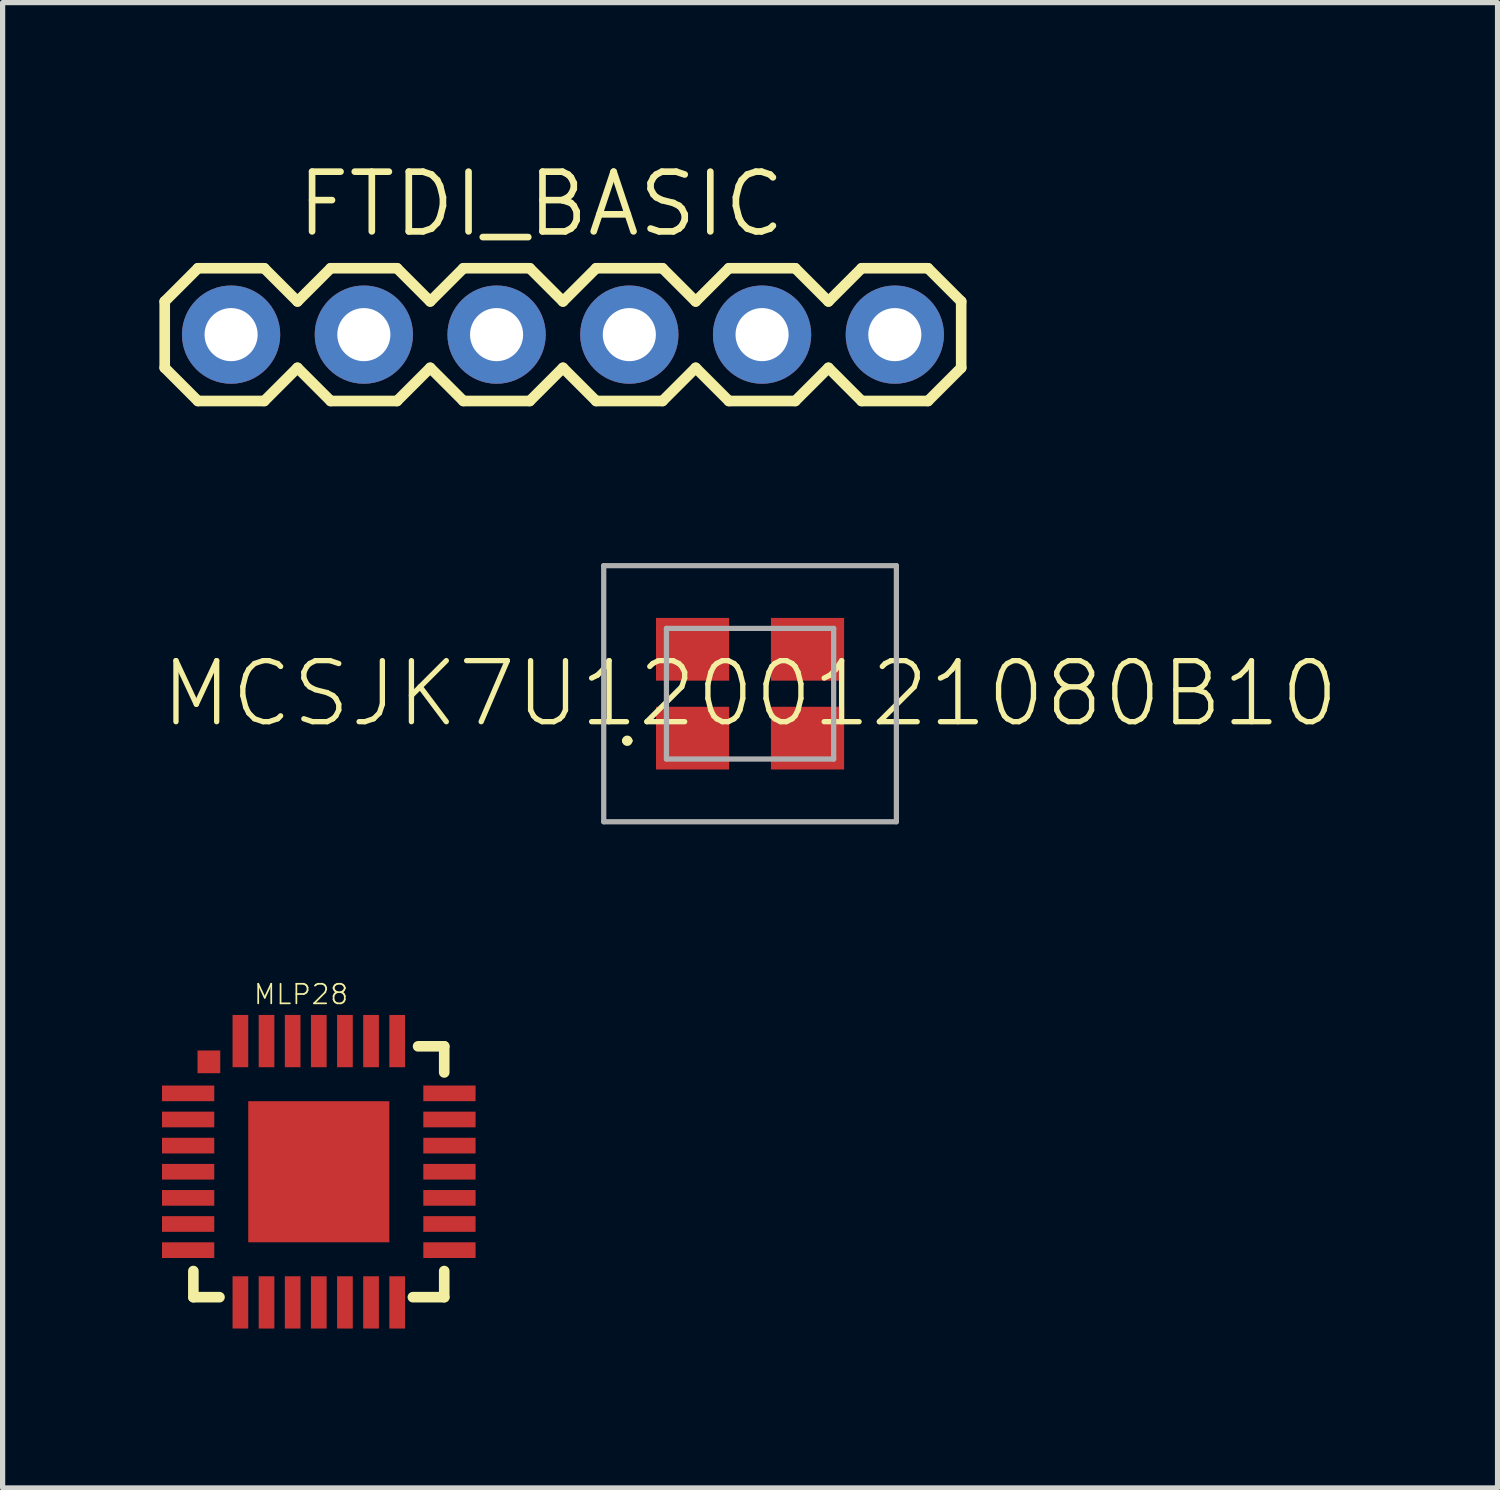
<source format=kicad_pcb>
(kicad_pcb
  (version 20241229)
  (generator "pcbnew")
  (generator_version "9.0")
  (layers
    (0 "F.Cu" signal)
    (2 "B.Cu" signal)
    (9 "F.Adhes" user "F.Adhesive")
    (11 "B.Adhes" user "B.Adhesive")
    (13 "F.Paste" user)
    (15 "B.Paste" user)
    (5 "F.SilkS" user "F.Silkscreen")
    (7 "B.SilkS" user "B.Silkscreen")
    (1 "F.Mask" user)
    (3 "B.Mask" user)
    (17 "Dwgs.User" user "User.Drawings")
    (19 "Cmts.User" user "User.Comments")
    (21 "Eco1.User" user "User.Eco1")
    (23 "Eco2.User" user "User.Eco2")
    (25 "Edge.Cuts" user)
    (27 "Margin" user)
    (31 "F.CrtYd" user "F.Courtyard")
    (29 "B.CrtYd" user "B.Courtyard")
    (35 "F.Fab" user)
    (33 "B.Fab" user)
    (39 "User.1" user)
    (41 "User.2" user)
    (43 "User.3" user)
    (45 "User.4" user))
  (footprint "MCSJK7U1200121080B10"
    (layer "F.Cu")
    (at 11.302 10.224)
    (property "Reference" "MCSJK7U1200121080B10" (at 0 0 0) (layer "F.SilkS") (effects (font (size 1.168 1.168) (thickness 0.102))))
    (fp_line (start -2.4 0.9) (end -2.4 0.9) (stroke (width 0.1) (type solid)) (layer "F.SilkS"))
    (fp_line (start -2.3 0.9) (end -2.3 0.9) (stroke (width 0.1) (type solid)) (layer "F.SilkS"))
    (fp_arc (start -2.4 0.9) (mid -2.35 0.85) (end -2.3 0.9) (stroke (width 0.1) (type solid)) (layer "F.SilkS"))
    (fp_arc (start -2.3 0.9) (mid -2.35 0.95) (end -2.4 0.9) (stroke (width 0.1) (type solid)) (layer "F.SilkS"))
    (fp_line (start -2.8 -2.45) (end 2.8 -2.45) (stroke (width 0.1) (type solid)) (layer "F.Fab"))
    (fp_line (start -2.8 2.45) (end -2.8 -2.45) (stroke (width 0.1) (type solid)) (layer "F.Fab"))
    (fp_line (start -1.6 -1.25) (end 1.6 -1.25) (stroke (width 0.1) (type solid)) (layer "F.Fab"))
    (fp_line (start -1.6 1.25) (end -1.6 -1.25) (stroke (width 0.1) (type solid)) (layer "F.Fab"))
    (fp_line (start 1.6 -1.25) (end 1.6 1.25) (stroke (width 0.1) (type solid)) (layer "F.Fab"))
    (fp_line (start 1.6 1.25) (end -1.6 1.25) (stroke (width 0.1) (type solid)) (layer "F.Fab"))
    (fp_line (start 2.8 -2.45) (end 2.8 2.45) (stroke (width 0.1) (type solid)) (layer "F.Fab"))
    (fp_line (start 2.8 2.45) (end -2.8 2.45) (stroke (width 0.1) (type solid)) (layer "F.Fab"))
    (pad "1" smd rect (at -1.1 0.85) (size 1.4 1.2) (layers "F.Cu" "F.Mask" "F.Paste"))
    (pad "2" smd rect (at 1.1 0.85) (size 1.4 1.2) (layers "F.Cu" "F.Mask" "F.Paste"))
    (pad "3" smd rect (at 1.1 -0.85) (size 1.4 1.2) (layers "F.Cu" "F.Mask" "F.Paste"))
    (pad "4" smd rect (at -1.1 -0.85) (size 1.4 1.2) (layers "F.Cu" "F.Mask" "F.Paste")))
  (footprint "MLP28"
    (layer "F.Cu")
    (at 3.05 19.371)
    (property "Reference" "MLP28" (at -1.27 -3.175 0) (layer "F.SilkS") (effects (font (size 0.374 0.374) (thickness 0.033)) (justify left bottom)))
    (fp_poly (pts (xy -3.05 -1.3) (xy -2 -1.3) (xy -2 -1.7) (xy -3.05 -1.7)) (stroke (width 0) (type default)) (fill yes) (layer "F.Mask"))
    (fp_poly (pts (xy -3.05 -0.8) (xy -2 -0.8) (xy -2 -1.2) (xy -3.05 -1.2)) (stroke (width 0) (type default)) (fill yes) (layer "F.Mask"))
    (fp_poly (pts (xy -3.05 -0.3) (xy -2 -0.3) (xy -2 -0.7) (xy -3.05 -0.7)) (stroke (width 0) (type default)) (fill yes) (layer "F.Mask"))
    (fp_poly (pts (xy -3.05 0.2) (xy -2 0.2) (xy -2 -0.2) (xy -3.05 -0.2)) (stroke (width 0) (type default)) (fill yes) (layer "F.Mask"))
    (fp_poly (pts (xy -3.05 0.7) (xy -2 0.7) (xy -2 0.3) (xy -3.05 0.3)) (stroke (width 0) (type default)) (fill yes) (layer "F.Mask"))
    (fp_poly (pts (xy -3.05 1.2) (xy -2 1.2) (xy -2 0.8) (xy -3.05 0.8)) (stroke (width 0) (type default)) (fill yes) (layer "F.Mask"))
    (fp_poly (pts (xy -3.05 1.7) (xy -2 1.7) (xy -2 1.3) (xy -3.05 1.3)) (stroke (width 0) (type default)) (fill yes) (layer "F.Mask"))
    (fp_poly (pts (xy -2.353 -1.853) (xy -1.853 -1.853) (xy -1.853 -2.353) (xy -2.353 -2.353)) (stroke (width 0) (type default)) (fill yes) (layer "F.Mask"))
    (fp_poly (pts (xy -1.7 -3.05) (xy -1.7 -2) (xy -1.3 -2) (xy -1.3 -3.05)) (stroke (width 0) (type default)) (fill yes) (layer "F.Mask"))
    (fp_poly (pts (xy -1.5 1.5) (xy 1.5 1.5) (xy 1.5 -1.5) (xy -1.5 -1.5)) (stroke (width 0) (type default)) (fill yes) (layer "F.Mask"))
    (fp_poly (pts (xy -1.3 3.05) (xy -1.3 2) (xy -1.7 2) (xy -1.7 3.05)) (stroke (width 0) (type default)) (fill yes) (layer "F.Mask"))
    (fp_poly (pts (xy -1.2 -3.05) (xy -1.2 -2) (xy -0.8 -2) (xy -0.8 -3.05)) (stroke (width 0) (type default)) (fill yes) (layer "F.Mask"))
    (fp_poly (pts (xy -0.8 3.05) (xy -0.8 2) (xy -1.2 2) (xy -1.2 3.05)) (stroke (width 0) (type default)) (fill yes) (layer "F.Mask"))
    (fp_poly (pts (xy -0.7 -3.05) (xy -0.7 -2) (xy -0.3 -2) (xy -0.3 -3.05)) (stroke (width 0) (type default)) (fill yes) (layer "F.Mask"))
    (fp_poly (pts (xy -0.3 3.05) (xy -0.3 2) (xy -0.7 2) (xy -0.7 3.05)) (stroke (width 0) (type default)) (fill yes) (layer "F.Mask"))
    (fp_poly (pts (xy -0.2 -3.05) (xy -0.2 -2) (xy 0.2 -2) (xy 0.2 -3.05)) (stroke (width 0) (type default)) (fill yes) (layer "F.Mask"))
    (fp_poly (pts (xy 0.2 3.05) (xy 0.2 2) (xy -0.2 2) (xy -0.2 3.05)) (stroke (width 0) (type default)) (fill yes) (layer "F.Mask"))
    (fp_poly (pts (xy 0.3 -3.05) (xy 0.3 -2) (xy 0.7 -2) (xy 0.7 -3.05)) (stroke (width 0) (type default)) (fill yes) (layer "F.Mask"))
    (fp_poly (pts (xy 0.7 3.05) (xy 0.7 2) (xy 0.3 2) (xy 0.3 3.05)) (stroke (width 0) (type default)) (fill yes) (layer "F.Mask"))
    (fp_poly (pts (xy 0.8 -3.05) (xy 0.8 -2) (xy 1.2 -2) (xy 1.2 -3.05)) (stroke (width 0) (type default)) (fill yes) (layer "F.Mask"))
    (fp_poly (pts (xy 1.2 3.05) (xy 1.2 2) (xy 0.8 2) (xy 0.8 3.05)) (stroke (width 0) (type default)) (fill yes) (layer "F.Mask"))
    (fp_poly (pts (xy 1.3 -3.05) (xy 1.3 -2) (xy 1.7 -2) (xy 1.7 -3.05)) (stroke (width 0) (type default)) (fill yes) (layer "F.Mask"))
    (fp_poly (pts (xy 1.7 3.05) (xy 1.7 2) (xy 1.3 2) (xy 1.3 3.05)) (stroke (width 0) (type default)) (fill yes) (layer "F.Mask"))
    (fp_poly (pts (xy 3.05 -1.7) (xy 2 -1.7) (xy 2 -1.3) (xy 3.05 -1.3)) (stroke (width 0) (type default)) (fill yes) (layer "F.Mask"))
    (fp_poly (pts (xy 3.05 -1.2) (xy 2 -1.2) (xy 2 -0.8) (xy 3.05 -0.8)) (stroke (width 0) (type default)) (fill yes) (layer "F.Mask"))
    (fp_poly (pts (xy 3.05 -0.7) (xy 2 -0.7) (xy 2 -0.3) (xy 3.05 -0.3)) (stroke (width 0) (type default)) (fill yes) (layer "F.Mask"))
    (fp_poly (pts (xy 3.05 -0.2) (xy 2 -0.2) (xy 2 0.2) (xy 3.05 0.2)) (stroke (width 0) (type default)) (fill yes) (layer "F.Mask"))
    (fp_poly (pts (xy 3.05 0.3) (xy 2 0.3) (xy 2 0.7) (xy 3.05 0.7)) (stroke (width 0) (type default)) (fill yes) (layer "F.Mask"))
    (fp_poly (pts (xy 3.05 0.8) (xy 2 0.8) (xy 2 1.2) (xy 3.05 1.2)) (stroke (width 0) (type default)) (fill yes) (layer "F.Mask"))
    (fp_poly (pts (xy 3.05 1.3) (xy 2 1.3) (xy 2 1.7) (xy 3.05 1.7)) (stroke (width 0) (type default)) (fill yes) (layer "F.Mask"))
    (fp_line (start -2.4 2.4) (end -2.4 1.9) (stroke (width 0.203) (type solid)) (layer "F.SilkS"))
    (fp_line (start -1.9 2.4) (end -2.4 2.4) (stroke (width 0.203) (type solid)) (layer "F.SilkS"))
    (fp_line (start 1.8 2.4) (end 2.4 2.4) (stroke (width 0.203) (type solid)) (layer "F.SilkS"))
    (fp_line (start 1.9 -2.4) (end 2.4 -2.4) (stroke (width 0.203) (type solid)) (layer "F.SilkS"))
    (fp_line (start 2.4 -2.4) (end 2.4 -1.9) (stroke (width 0.203) (type solid)) (layer "F.SilkS"))
    (fp_line (start 2.4 2.4) (end 2.4 1.9) (stroke (width 0.203) (type solid)) (layer "F.SilkS"))
    (fp_poly (pts (xy -2.58 -1.37) (xy -2.02 -1.37) (xy -2.02 -1.63) (xy -2.58 -1.63)) (stroke (width 0) (type default)) (fill yes) (layer "F.Paste"))
    (fp_poly (pts (xy -2.58 -0.87) (xy -2.02 -0.87) (xy -2.02 -1.13) (xy -2.58 -1.13)) (stroke (width 0) (type default)) (fill yes) (layer "F.Paste"))
    (fp_poly (pts (xy -2.58 -0.37) (xy -2.02 -0.37) (xy -2.02 -0.63) (xy -2.58 -0.63)) (stroke (width 0) (type default)) (fill yes) (layer "F.Paste"))
    (fp_poly (pts (xy -2.58 0.13) (xy -2.02 0.13) (xy -2.02 -0.13) (xy -2.58 -0.13)) (stroke (width 0) (type default)) (fill yes) (layer "F.Paste"))
    (fp_poly (pts (xy -2.58 0.63) (xy -2.02 0.63) (xy -2.02 0.37) (xy -2.58 0.37)) (stroke (width 0) (type default)) (fill yes) (layer "F.Paste"))
    (fp_poly (pts (xy -2.58 1.13) (xy -2.02 1.13) (xy -2.02 0.87) (xy -2.58 0.87)) (stroke (width 0) (type default)) (fill yes) (layer "F.Paste"))
    (fp_poly (pts (xy -2.58 1.63) (xy -2.02 1.63) (xy -2.02 1.37) (xy -2.58 1.37)) (stroke (width 0) (type default)) (fill yes) (layer "F.Paste"))
    (fp_poly (pts (xy -2.25 -1.95) (xy -1.95 -1.95) (xy -1.95 -2.25) (xy -2.25 -2.25)) (stroke (width 0) (type default)) (fill yes) (layer "F.Paste"))
    (fp_poly (pts (xy -1.63 -2.58) (xy -1.63 -2.02) (xy -1.37 -2.02) (xy -1.37 -2.58)) (stroke (width 0) (type default)) (fill yes) (layer "F.Paste"))
    (fp_poly (pts (xy -1.37 2.58) (xy -1.37 2.02) (xy -1.63 2.02) (xy -1.63 2.58)) (stroke (width 0) (type default)) (fill yes) (layer "F.Paste"))
    (fp_poly (pts (xy -1.13 -2.58) (xy -1.13 -2.02) (xy -0.87 -2.02) (xy -0.87 -2.58)) (stroke (width 0) (type default)) (fill yes) (layer "F.Paste"))
    (fp_poly (pts (xy -0.87 2.58) (xy -0.87 2.02) (xy -1.13 2.02) (xy -1.13 2.58)) (stroke (width 0) (type default)) (fill yes) (layer "F.Paste"))
    (fp_poly (pts (xy -0.63 -2.58) (xy -0.63 -2.02) (xy -0.37 -2.02) (xy -0.37 -2.58)) (stroke (width 0) (type default)) (fill yes) (layer "F.Paste"))
    (fp_poly (pts (xy -0.5 0.5) (xy 0.5 0.5) (xy 0.5 -0.5) (xy -0.5 -0.5)) (stroke (width 0) (type default)) (fill yes) (layer "F.Paste"))
    (fp_poly (pts (xy -0.37 2.58) (xy -0.37 2.02) (xy -0.63 2.02) (xy -0.63 2.58)) (stroke (width 0) (type default)) (fill yes) (layer "F.Paste"))
    (fp_poly (pts (xy -0.13 -2.58) (xy -0.13 -2.02) (xy 0.13 -2.02) (xy 0.13 -2.58)) (stroke (width 0) (type default)) (fill yes) (layer "F.Paste"))
    (fp_poly (pts (xy 0.13 2.58) (xy 0.13 2.02) (xy -0.13 2.02) (xy -0.13 2.58)) (stroke (width 0) (type default)) (fill yes) (layer "F.Paste"))
    (fp_poly (pts (xy 0.37 -2.58) (xy 0.37 -2.02) (xy 0.63 -2.02) (xy 0.63 -2.58)) (stroke (width 0) (type default)) (fill yes) (layer "F.Paste"))
    (fp_poly (pts (xy 0.63 2.58) (xy 0.63 2.02) (xy 0.37 2.02) (xy 0.37 2.58)) (stroke (width 0) (type default)) (fill yes) (layer "F.Paste"))
    (fp_poly (pts (xy 0.87 -2.58) (xy 0.87 -2.02) (xy 1.13 -2.02) (xy 1.13 -2.58)) (stroke (width 0) (type default)) (fill yes) (layer "F.Paste"))
    (fp_poly (pts (xy 1.13 2.58) (xy 1.13 2.02) (xy 0.87 2.02) (xy 0.87 2.58)) (stroke (width 0) (type default)) (fill yes) (layer "F.Paste"))
    (fp_poly (pts (xy 1.37 -2.58) (xy 1.37 -2.02) (xy 1.63 -2.02) (xy 1.63 -2.58)) (stroke (width 0) (type default)) (fill yes) (layer "F.Paste"))
    (fp_poly (pts (xy 1.63 2.58) (xy 1.63 2.02) (xy 1.37 2.02) (xy 1.37 2.58)) (stroke (width 0) (type default)) (fill yes) (layer "F.Paste"))
    (fp_poly (pts (xy 2.58 -1.63) (xy 2.02 -1.63) (xy 2.02 -1.37) (xy 2.58 -1.37)) (stroke (width 0) (type default)) (fill yes) (layer "F.Paste"))
    (fp_poly (pts (xy 2.58 -1.13) (xy 2.02 -1.13) (xy 2.02 -0.87) (xy 2.58 -0.87)) (stroke (width 0) (type default)) (fill yes) (layer "F.Paste"))
    (fp_poly (pts (xy 2.58 -0.63) (xy 2.02 -0.63) (xy 2.02 -0.37) (xy 2.58 -0.37)) (stroke (width 0) (type default)) (fill yes) (layer "F.Paste"))
    (fp_poly (pts (xy 2.58 -0.13) (xy 2.02 -0.13) (xy 2.02 0.13) (xy 2.58 0.13)) (stroke (width 0) (type default)) (fill yes) (layer "F.Paste"))
    (fp_poly (pts (xy 2.58 0.37) (xy 2.02 0.37) (xy 2.02 0.63) (xy 2.58 0.63)) (stroke (width 0) (type default)) (fill yes) (layer "F.Paste"))
    (fp_poly (pts (xy 2.58 0.87) (xy 2.02 0.87) (xy 2.02 1.13) (xy 2.58 1.13)) (stroke (width 0) (type default)) (fill yes) (layer "F.Paste"))
    (fp_poly (pts (xy 2.58 1.37) (xy 2.02 1.37) (xy 2.02 1.63) (xy 2.58 1.63)) (stroke (width 0) (type default)) (fill yes) (layer "F.Paste"))
    (pad "1" smd rect (at -2.5 -1.5) (size 1 0.3) (layers "F.Cu"))
    (pad "2" smd rect (at -2.5 -1) (size 1 0.3) (layers "F.Cu"))
    (pad "3" smd rect (at -2.5 -0.5) (size 1 0.3) (layers "F.Cu"))
    (pad "4" smd rect (at -2.5 0) (size 1 0.3) (layers "F.Cu"))
    (pad "5" smd rect (at -2.5 0.5) (size 1 0.3) (layers "F.Cu"))
    (pad "6" smd rect (at -2.5 1) (size 1 0.3) (layers "F.Cu"))
    (pad "7" smd rect (at -2.5 1.5) (size 1 0.3) (layers "F.Cu"))
    (pad "8" smd rect (at -1.5 2.5 90) (size 1 0.3) (layers "F.Cu"))
    (pad "9" smd rect (at -1 2.5 90) (size 1 0.3) (layers "F.Cu"))
    (pad "10" smd rect (at -0.5 2.5 90) (size 1 0.3) (layers "F.Cu"))
    (pad "11" smd rect (at 0 2.5 90) (size 1 0.3) (layers "F.Cu"))
    (pad "12" smd rect (at 0.5 2.5 90) (size 1 0.3) (layers "F.Cu"))
    (pad "13" smd rect (at 1 2.5 90) (size 1 0.3) (layers "F.Cu"))
    (pad "14" smd rect (at 1.5 2.5 90) (size 1 0.3) (layers "F.Cu"))
    (pad "15" smd rect (at 2.5 1.5 180) (size 1 0.3) (layers "F.Cu"))
    (pad "16" smd rect (at 2.5 1 180) (size 1 0.3) (layers "F.Cu"))
    (pad "17" smd rect (at 2.5 0.5 180) (size 1 0.3) (layers "F.Cu"))
    (pad "18" smd rect (at 2.5 0 180) (size 1 0.3) (layers "F.Cu"))
    (pad "19" smd rect (at 2.5 -0.5 180) (size 1 0.3) (layers "F.Cu"))
    (pad "20" smd rect (at 2.5 -1 180) (size 1 0.3) (layers "F.Cu"))
    (pad "21" smd rect (at 2.5 -1.5 180) (size 1 0.3) (layers "F.Cu"))
    (pad "22" smd rect (at 1.5 -2.5 270) (size 1 0.3) (layers "F.Cu"))
    (pad "23" smd rect (at 1 -2.5 270) (size 1 0.3) (layers "F.Cu"))
    (pad "24" smd rect (at 0.5 -2.5 270) (size 1 0.3) (layers "F.Cu"))
    (pad "25" smd rect (at 0 -2.5 270) (size 1 0.3) (layers "F.Cu"))
    (pad "26" smd rect (at -0.5 -2.5 270) (size 1 0.3) (layers "F.Cu"))
    (pad "27" smd rect (at -1 -2.5 270) (size 1 0.3) (layers "F.Cu"))
    (pad "28" smd rect (at -1.5 -2.5 270) (size 1 0.3) (layers "F.Cu"))
    (pad "EXP" smd rect (at 0 0) (size 2.7 2.7) (layers "F.Cu"))
    (pad "M" smd rect (at -2.103 -2.103) (size 0.435 0.435) (layers "F.Cu")))
  (footprint "FTDI_BASIC"
    (layer "F.Cu")
    (at 1.372 3.353)
    (property "Reference" "FTDI_BASIC" (at 1.194 -1.829 0) (layer "F.SilkS") (effects (font (size 1.143 1.143) (thickness 0.127)) (justify left bottom)))
    (fp_line (start -1.27 -0.635) (end -1.27 0.635) (stroke (width 0.203) (type solid)) (layer "F.SilkS"))
    (fp_line (start -1.27 0.635) (end -0.635 1.27) (stroke (width 0.203) (type solid)) (layer "F.SilkS"))
    (fp_line (start -0.635 -1.27) (end -1.27 -0.635) (stroke (width 0.203) (type solid)) (layer "F.SilkS"))
    (fp_line (start -0.635 -1.27) (end 0.635 -1.27) (stroke (width 0.203) (type solid)) (layer "F.SilkS"))
    (fp_line (start 0.635 -1.27) (end 1.27 -0.635) (stroke (width 0.203) (type solid)) (layer "F.SilkS"))
    (fp_line (start 0.635 1.27) (end -0.635 1.27) (stroke (width 0.203) (type solid)) (layer "F.SilkS"))
    (fp_line (start 1.27 -0.635) (end 1.905 -1.27) (stroke (width 0.203) (type solid)) (layer "F.SilkS"))
    (fp_line (start 1.27 0.635) (end 0.635 1.27) (stroke (width 0.203) (type solid)) (layer "F.SilkS"))
    (fp_line (start 1.905 -1.27) (end 3.175 -1.27) (stroke (width 0.203) (type solid)) (layer "F.SilkS"))
    (fp_line (start 1.905 1.27) (end 1.27 0.635) (stroke (width 0.203) (type solid)) (layer "F.SilkS"))
    (fp_line (start 3.175 -1.27) (end 3.81 -0.635) (stroke (width 0.203) (type solid)) (layer "F.SilkS"))
    (fp_line (start 3.175 1.27) (end 1.905 1.27) (stroke (width 0.203) (type solid)) (layer "F.SilkS"))
    (fp_line (start 3.81 -0.635) (end 4.445 -1.27) (stroke (width 0.203) (type solid)) (layer "F.SilkS"))
    (fp_line (start 3.81 0.635) (end 3.175 1.27) (stroke (width 0.203) (type solid)) (layer "F.SilkS"))
    (fp_line (start 4.445 -1.27) (end 5.715 -1.27) (stroke (width 0.203) (type solid)) (layer "F.SilkS"))
    (fp_line (start 4.445 1.27) (end 3.81 0.635) (stroke (width 0.203) (type solid)) (layer "F.SilkS"))
    (fp_line (start 5.715 -1.27) (end 6.35 -0.635) (stroke (width 0.203) (type solid)) (layer "F.SilkS"))
    (fp_line (start 5.715 1.27) (end 4.445 1.27) (stroke (width 0.203) (type solid)) (layer "F.SilkS"))
    (fp_line (start 6.35 0.635) (end 5.715 1.27) (stroke (width 0.203) (type solid)) (layer "F.SilkS"))
    (fp_line (start 6.35 0.635) (end 6.985 1.27) (stroke (width 0.203) (type solid)) (layer "F.SilkS"))
    (fp_line (start 6.985 -1.27) (end 6.35 -0.635) (stroke (width 0.203) (type solid)) (layer "F.SilkS"))
    (fp_line (start 6.985 -1.27) (end 8.255 -1.27) (stroke (width 0.203) (type solid)) (layer "F.SilkS"))
    (fp_line (start 8.255 -1.27) (end 8.89 -0.635) (stroke (width 0.203) (type solid)) (layer "F.SilkS"))
    (fp_line (start 8.255 1.27) (end 6.985 1.27) (stroke (width 0.203) (type solid)) (layer "F.SilkS"))
    (fp_line (start 8.89 -0.635) (end 9.525 -1.27) (stroke (width 0.203) (type solid)) (layer "F.SilkS"))
    (fp_line (start 8.89 0.635) (end 8.255 1.27) (stroke (width 0.203) (type solid)) (layer "F.SilkS"))
    (fp_line (start 9.525 -1.27) (end 10.795 -1.27) (stroke (width 0.203) (type solid)) (layer "F.SilkS"))
    (fp_line (start 9.525 1.27) (end 8.89 0.635) (stroke (width 0.203) (type solid)) (layer "F.SilkS"))
    (fp_line (start 10.795 -1.27) (end 11.43 -0.635) (stroke (width 0.203) (type solid)) (layer "F.SilkS"))
    (fp_line (start 10.795 1.27) (end 9.525 1.27) (stroke (width 0.203) (type solid)) (layer "F.SilkS"))
    (fp_line (start 11.43 -0.635) (end 12.065 -1.27) (stroke (width 0.203) (type solid)) (layer "F.SilkS"))
    (fp_line (start 11.43 0.635) (end 10.795 1.27) (stroke (width 0.203) (type solid)) (layer "F.SilkS"))
    (fp_line (start 12.065 -1.27) (end 13.335 -1.27) (stroke (width 0.203) (type solid)) (layer "F.SilkS"))
    (fp_line (start 12.065 1.27) (end 11.43 0.635) (stroke (width 0.203) (type solid)) (layer "F.SilkS"))
    (fp_line (start 13.335 -1.27) (end 13.97 -0.635) (stroke (width 0.203) (type solid)) (layer "F.SilkS"))
    (fp_line (start 13.335 1.27) (end 12.065 1.27) (stroke (width 0.203) (type solid)) (layer "F.SilkS"))
    (fp_line (start 13.97 -0.635) (end 13.97 0.635) (stroke (width 0.203) (type solid)) (layer "F.SilkS"))
    (fp_line (start 13.97 0.635) (end 13.335 1.27) (stroke (width 0.203) (type solid)) (layer "F.SilkS"))
    (fp_poly (pts (xy -0.254 0.254) (xy 0.254 0.254) (xy 0.254 -0.254) (xy -0.254 -0.254)) (stroke (width 0.1) (type default)) (fill no) (layer "F.Fab"))
    (fp_poly (pts (xy 2.286 0.254) (xy 2.794 0.254) (xy 2.794 -0.254) (xy 2.286 -0.254)) (stroke (width 0.1) (type default)) (fill no) (layer "F.Fab"))
    (fp_poly (pts (xy 4.826 0.254) (xy 5.334 0.254) (xy 5.334 -0.254) (xy 4.826 -0.254)) (stroke (width 0.1) (type default)) (fill no) (layer "F.Fab"))
    (fp_poly (pts (xy 7.366 0.254) (xy 7.874 0.254) (xy 7.874 -0.254) (xy 7.366 -0.254)) (stroke (width 0.1) (type default)) (fill no) (layer "F.Fab"))
    (fp_poly (pts (xy 9.906 0.254) (xy 10.414 0.254) (xy 10.414 -0.254) (xy 9.906 -0.254)) (stroke (width 0.1) (type default)) (fill no) (layer "F.Fab"))
    (fp_poly (pts (xy 12.446 0.254) (xy 12.954 0.254) (xy 12.954 -0.254) (xy 12.446 -0.254)) (stroke (width 0.1) (type default)) (fill no) (layer "F.Fab"))
    (pad "CTS" thru_hole circle (at 10.16 0 90) (size 1.88 1.88) (drill 1.016) (layers "*.Cu" "*.Mask"))
    (pad "DTR" thru_hole circle (at 0 0 90) (size 1.88 1.88) (drill 1.016) (layers "*.Cu" "*.Mask"))
    (pad "GND" thru_hole circle (at 12.7 0 90) (size 1.88 1.88) (drill 1.016) (layers "*.Cu" "*.Mask"))
    (pad "RXI" thru_hole circle (at 2.54 0 90) (size 1.88 1.88) (drill 1.016) (layers "*.Cu" "*.Mask"))
    (pad "TXO" thru_hole circle (at 5.08 0 90) (size 1.88 1.88) (drill 1.016) (layers "*.Cu" "*.Mask"))
    (pad "VCC" thru_hole circle (at 7.62 0 90) (size 1.88 1.88) (drill 1.016) (layers "*.Cu" "*.Mask")))
  (gr_rect
    (start -3 -3)
    (end 25.605 25.421)
    (stroke (width 0.1) (type default))
    (fill no)
    (layer "Edge.Cuts")))
</source>
